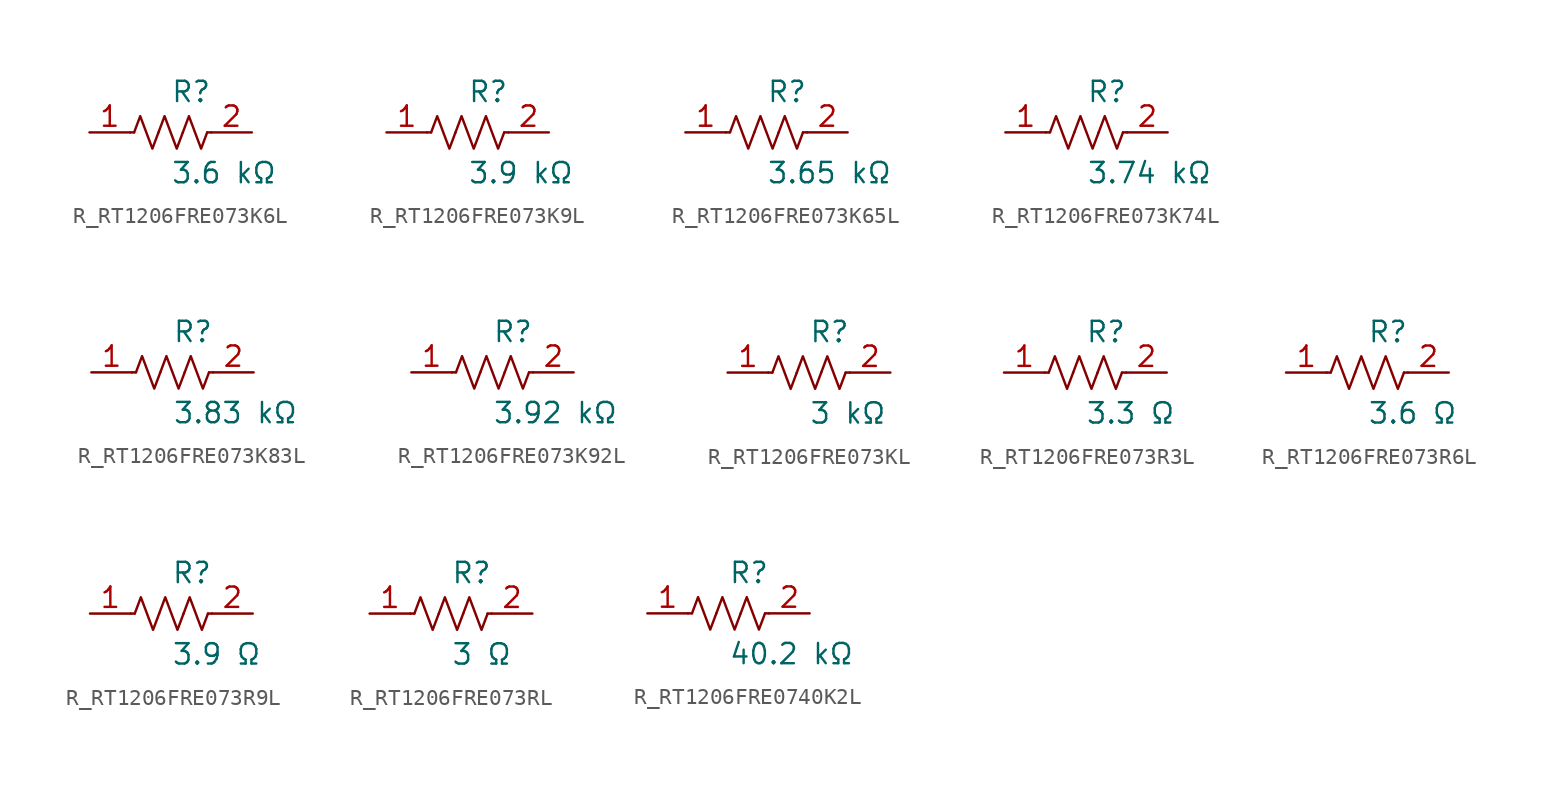
<source format=kicad_sym>
(kicad_symbol_lib
  (version 20231120)
  (generator kicad_symbol_editor)
  (generator_version 8.0)
  (symbol "R_RT1206FRE073K6L"
    (pin_names
      (offset 0.254))
    (property "Reference" "R"
      (at 0 2.54 0)
      (effects (font (size 1.27 1.27)) (justify left)))
    (property "Value" "3.6 kΩ"
      (at 0 -2.54 0)
      (effects (font (size 1.27 1.27)) (justify left)))
    (symbol "R_RT1206FRE073K6L_0_1"
      (polyline (pts (xy 2.286 0) (xy 2.54 0)) (stroke (width 0) (type default)) (fill (type none)))
      (polyline (pts (xy -2.286 0) (xy -2.54 0)) (stroke (width 0) (type default)) (fill (type none)))
      (polyline (pts (xy 0.762 0) (xy 1.143 1.016) (xy 1.524 0) (xy 1.905 -1.016) (xy 2.286 0)) (stroke (width 0) (type default)) (fill (type none)))
      (polyline (pts (xy -0.762 0) (xy -0.381 1.016) (xy 0 0) (xy 0.381 -1.016) (xy 0.762 0)) (stroke (width 0) (type default)) (fill (type none)))
      (polyline (pts (xy -2.286 0) (xy -1.905 1.016) (xy -1.524 0) (xy -1.143 -1.016) (xy -0.762 0)) (stroke (width 0) (type default)) (fill (type none))))
    (pin unspecified line
      (at -5.08 0 0)
      (length 2.54)
      (name "" (effects (font (size 1.27 1.27))))
      (number "1" (effects (font (size 1.27 1.27)))))
    (pin unspecified line
      (at 5.08 0 180)
      (length 2.54)
      (name "" (effects (font (size 1.27 1.27))))
      (number "2" (effects (font (size 1.27 1.27))))))
  (symbol "R_RT1206FRE073K9L"
    (pin_names
      (offset 0.254))
    (property "Reference" "R"
      (at 0 2.54 0)
      (effects (font (size 1.27 1.27)) (justify left)))
    (property "Value" "3.9 kΩ"
      (at 0 -2.54 0)
      (effects (font (size 1.27 1.27)) (justify left)))
    (symbol "R_RT1206FRE073K9L_0_1"
      (polyline (pts (xy 2.286 0) (xy 2.54 0)) (stroke (width 0) (type default)) (fill (type none)))
      (polyline (pts (xy -2.286 0) (xy -2.54 0)) (stroke (width 0) (type default)) (fill (type none)))
      (polyline (pts (xy 0.762 0) (xy 1.143 1.016) (xy 1.524 0) (xy 1.905 -1.016) (xy 2.286 0)) (stroke (width 0) (type default)) (fill (type none)))
      (polyline (pts (xy -0.762 0) (xy -0.381 1.016) (xy 0 0) (xy 0.381 -1.016) (xy 0.762 0)) (stroke (width 0) (type default)) (fill (type none)))
      (polyline (pts (xy -2.286 0) (xy -1.905 1.016) (xy -1.524 0) (xy -1.143 -1.016) (xy -0.762 0)) (stroke (width 0) (type default)) (fill (type none))))
    (pin unspecified line
      (at -5.08 0 0)
      (length 2.54)
      (name "" (effects (font (size 1.27 1.27))))
      (number "1" (effects (font (size 1.27 1.27)))))
    (pin unspecified line
      (at 5.08 0 180)
      (length 2.54)
      (name "" (effects (font (size 1.27 1.27))))
      (number "2" (effects (font (size 1.27 1.27))))))
  (symbol "R_RT1206FRE073K65L"
    (pin_names
      (offset 0.254))
    (property "Reference" "R"
      (at 0 2.54 0)
      (effects (font (size 1.27 1.27)) (justify left)))
    (property "Value" "3.65 kΩ"
      (at 0 -2.54 0)
      (effects (font (size 1.27 1.27)) (justify left)))
    (symbol "R_RT1206FRE073K65L_0_1"
      (polyline (pts (xy 2.286 0) (xy 2.54 0)) (stroke (width 0) (type default)) (fill (type none)))
      (polyline (pts (xy -2.286 0) (xy -2.54 0)) (stroke (width 0) (type default)) (fill (type none)))
      (polyline (pts (xy 0.762 0) (xy 1.143 1.016) (xy 1.524 0) (xy 1.905 -1.016) (xy 2.286 0)) (stroke (width 0) (type default)) (fill (type none)))
      (polyline (pts (xy -0.762 0) (xy -0.381 1.016) (xy 0 0) (xy 0.381 -1.016) (xy 0.762 0)) (stroke (width 0) (type default)) (fill (type none)))
      (polyline (pts (xy -2.286 0) (xy -1.905 1.016) (xy -1.524 0) (xy -1.143 -1.016) (xy -0.762 0)) (stroke (width 0) (type default)) (fill (type none))))
    (pin unspecified line
      (at -5.08 0 0)
      (length 2.54)
      (name "" (effects (font (size 1.27 1.27))))
      (number "1" (effects (font (size 1.27 1.27)))))
    (pin unspecified line
      (at 5.08 0 180)
      (length 2.54)
      (name "" (effects (font (size 1.27 1.27))))
      (number "2" (effects (font (size 1.27 1.27))))))
  (symbol "R_RT1206FRE073K74L"
    (pin_names
      (offset 0.254))
    (property "Reference" "R"
      (at 0 2.54 0)
      (effects (font (size 1.27 1.27)) (justify left)))
    (property "Value" "3.74 kΩ"
      (at 0 -2.54 0)
      (effects (font (size 1.27 1.27)) (justify left)))
    (symbol "R_RT1206FRE073K74L_0_1"
      (polyline (pts (xy 2.286 0) (xy 2.54 0)) (stroke (width 0) (type default)) (fill (type none)))
      (polyline (pts (xy -2.286 0) (xy -2.54 0)) (stroke (width 0) (type default)) (fill (type none)))
      (polyline (pts (xy 0.762 0) (xy 1.143 1.016) (xy 1.524 0) (xy 1.905 -1.016) (xy 2.286 0)) (stroke (width 0) (type default)) (fill (type none)))
      (polyline (pts (xy -0.762 0) (xy -0.381 1.016) (xy 0 0) (xy 0.381 -1.016) (xy 0.762 0)) (stroke (width 0) (type default)) (fill (type none)))
      (polyline (pts (xy -2.286 0) (xy -1.905 1.016) (xy -1.524 0) (xy -1.143 -1.016) (xy -0.762 0)) (stroke (width 0) (type default)) (fill (type none))))
    (pin unspecified line
      (at -5.08 0 0)
      (length 2.54)
      (name "" (effects (font (size 1.27 1.27))))
      (number "1" (effects (font (size 1.27 1.27)))))
    (pin unspecified line
      (at 5.08 0 180)
      (length 2.54)
      (name "" (effects (font (size 1.27 1.27))))
      (number "2" (effects (font (size 1.27 1.27))))))
  (symbol "R_RT1206FRE073K83L"
    (pin_names
      (offset 0.254))
    (property "Reference" "R"
      (at 0 2.54 0)
      (effects (font (size 1.27 1.27)) (justify left)))
    (property "Value" "3.83 kΩ"
      (at 0 -2.54 0)
      (effects (font (size 1.27 1.27)) (justify left)))
    (symbol "R_RT1206FRE073K83L_0_1"
      (polyline (pts (xy 2.286 0) (xy 2.54 0)) (stroke (width 0) (type default)) (fill (type none)))
      (polyline (pts (xy -2.286 0) (xy -2.54 0)) (stroke (width 0) (type default)) (fill (type none)))
      (polyline (pts (xy 0.762 0) (xy 1.143 1.016) (xy 1.524 0) (xy 1.905 -1.016) (xy 2.286 0)) (stroke (width 0) (type default)) (fill (type none)))
      (polyline (pts (xy -0.762 0) (xy -0.381 1.016) (xy 0 0) (xy 0.381 -1.016) (xy 0.762 0)) (stroke (width 0) (type default)) (fill (type none)))
      (polyline (pts (xy -2.286 0) (xy -1.905 1.016) (xy -1.524 0) (xy -1.143 -1.016) (xy -0.762 0)) (stroke (width 0) (type default)) (fill (type none))))
    (pin unspecified line
      (at -5.08 0 0)
      (length 2.54)
      (name "" (effects (font (size 1.27 1.27))))
      (number "1" (effects (font (size 1.27 1.27)))))
    (pin unspecified line
      (at 5.08 0 180)
      (length 2.54)
      (name "" (effects (font (size 1.27 1.27))))
      (number "2" (effects (font (size 1.27 1.27))))))
  (symbol "R_RT1206FRE073K92L"
    (pin_names
      (offset 0.254))
    (property "Reference" "R"
      (at 0 2.54 0)
      (effects (font (size 1.27 1.27)) (justify left)))
    (property "Value" "3.92 kΩ"
      (at 0 -2.54 0)
      (effects (font (size 1.27 1.27)) (justify left)))
    (symbol "R_RT1206FRE073K92L_0_1"
      (polyline (pts (xy 2.286 0) (xy 2.54 0)) (stroke (width 0) (type default)) (fill (type none)))
      (polyline (pts (xy -2.286 0) (xy -2.54 0)) (stroke (width 0) (type default)) (fill (type none)))
      (polyline (pts (xy 0.762 0) (xy 1.143 1.016) (xy 1.524 0) (xy 1.905 -1.016) (xy 2.286 0)) (stroke (width 0) (type default)) (fill (type none)))
      (polyline (pts (xy -0.762 0) (xy -0.381 1.016) (xy 0 0) (xy 0.381 -1.016) (xy 0.762 0)) (stroke (width 0) (type default)) (fill (type none)))
      (polyline (pts (xy -2.286 0) (xy -1.905 1.016) (xy -1.524 0) (xy -1.143 -1.016) (xy -0.762 0)) (stroke (width 0) (type default)) (fill (type none))))
    (pin unspecified line
      (at -5.08 0 0)
      (length 2.54)
      (name "" (effects (font (size 1.27 1.27))))
      (number "1" (effects (font (size 1.27 1.27)))))
    (pin unspecified line
      (at 5.08 0 180)
      (length 2.54)
      (name "" (effects (font (size 1.27 1.27))))
      (number "2" (effects (font (size 1.27 1.27))))))
  (symbol "R_RT1206FRE073KL"
    (pin_names
      (offset 0.254))
    (property "Reference" "R"
      (at 0 2.54 0)
      (effects (font (size 1.27 1.27)) (justify left)))
    (property "Value" "3 kΩ"
      (at 0 -2.54 0)
      (effects (font (size 1.27 1.27)) (justify left)))
    (symbol "R_RT1206FRE073KL_0_1"
      (polyline (pts (xy 2.286 0) (xy 2.54 0)) (stroke (width 0) (type default)) (fill (type none)))
      (polyline (pts (xy -2.286 0) (xy -2.54 0)) (stroke (width 0) (type default)) (fill (type none)))
      (polyline (pts (xy 0.762 0) (xy 1.143 1.016) (xy 1.524 0) (xy 1.905 -1.016) (xy 2.286 0)) (stroke (width 0) (type default)) (fill (type none)))
      (polyline (pts (xy -0.762 0) (xy -0.381 1.016) (xy 0 0) (xy 0.381 -1.016) (xy 0.762 0)) (stroke (width 0) (type default)) (fill (type none)))
      (polyline (pts (xy -2.286 0) (xy -1.905 1.016) (xy -1.524 0) (xy -1.143 -1.016) (xy -0.762 0)) (stroke (width 0) (type default)) (fill (type none))))
    (pin unspecified line
      (at -5.08 0 0)
      (length 2.54)
      (name "" (effects (font (size 1.27 1.27))))
      (number "1" (effects (font (size 1.27 1.27)))))
    (pin unspecified line
      (at 5.08 0 180)
      (length 2.54)
      (name "" (effects (font (size 1.27 1.27))))
      (number "2" (effects (font (size 1.27 1.27))))))
  (symbol "R_RT1206FRE073R3L"
    (pin_names
      (offset 0.254))
    (property "Reference" "R"
      (at 0 2.54 0)
      (effects (font (size 1.27 1.27)) (justify left)))
    (property "Value" "3.3 Ω"
      (at 0 -2.54 0)
      (effects (font (size 1.27 1.27)) (justify left)))
    (symbol "R_RT1206FRE073R3L_0_1"
      (polyline (pts (xy 2.286 0) (xy 2.54 0)) (stroke (width 0) (type default)) (fill (type none)))
      (polyline (pts (xy -2.286 0) (xy -2.54 0)) (stroke (width 0) (type default)) (fill (type none)))
      (polyline (pts (xy 0.762 0) (xy 1.143 1.016) (xy 1.524 0) (xy 1.905 -1.016) (xy 2.286 0)) (stroke (width 0) (type default)) (fill (type none)))
      (polyline (pts (xy -0.762 0) (xy -0.381 1.016) (xy 0 0) (xy 0.381 -1.016) (xy 0.762 0)) (stroke (width 0) (type default)) (fill (type none)))
      (polyline (pts (xy -2.286 0) (xy -1.905 1.016) (xy -1.524 0) (xy -1.143 -1.016) (xy -0.762 0)) (stroke (width 0) (type default)) (fill (type none))))
    (pin unspecified line
      (at -5.08 0 0)
      (length 2.54)
      (name "" (effects (font (size 1.27 1.27))))
      (number "1" (effects (font (size 1.27 1.27)))))
    (pin unspecified line
      (at 5.08 0 180)
      (length 2.54)
      (name "" (effects (font (size 1.27 1.27))))
      (number "2" (effects (font (size 1.27 1.27))))))
  (symbol "R_RT1206FRE073R6L"
    (pin_names
      (offset 0.254))
    (property "Reference" "R"
      (at 0 2.54 0)
      (effects (font (size 1.27 1.27)) (justify left)))
    (property "Value" "3.6 Ω"
      (at 0 -2.54 0)
      (effects (font (size 1.27 1.27)) (justify left)))
    (symbol "R_RT1206FRE073R6L_0_1"
      (polyline (pts (xy 2.286 0) (xy 2.54 0)) (stroke (width 0) (type default)) (fill (type none)))
      (polyline (pts (xy -2.286 0) (xy -2.54 0)) (stroke (width 0) (type default)) (fill (type none)))
      (polyline (pts (xy 0.762 0) (xy 1.143 1.016) (xy 1.524 0) (xy 1.905 -1.016) (xy 2.286 0)) (stroke (width 0) (type default)) (fill (type none)))
      (polyline (pts (xy -0.762 0) (xy -0.381 1.016) (xy 0 0) (xy 0.381 -1.016) (xy 0.762 0)) (stroke (width 0) (type default)) (fill (type none)))
      (polyline (pts (xy -2.286 0) (xy -1.905 1.016) (xy -1.524 0) (xy -1.143 -1.016) (xy -0.762 0)) (stroke (width 0) (type default)) (fill (type none))))
    (pin unspecified line
      (at -5.08 0 0)
      (length 2.54)
      (name "" (effects (font (size 1.27 1.27))))
      (number "1" (effects (font (size 1.27 1.27)))))
    (pin unspecified line
      (at 5.08 0 180)
      (length 2.54)
      (name "" (effects (font (size 1.27 1.27))))
      (number "2" (effects (font (size 1.27 1.27))))))
  (symbol "R_RT1206FRE073R9L"
    (pin_names
      (offset 0.254))
    (property "Reference" "R"
      (at 0 2.54 0)
      (effects (font (size 1.27 1.27)) (justify left)))
    (property "Value" "3.9 Ω"
      (at 0 -2.54 0)
      (effects (font (size 1.27 1.27)) (justify left)))
    (symbol "R_RT1206FRE073R9L_0_1"
      (polyline (pts (xy 2.286 0) (xy 2.54 0)) (stroke (width 0) (type default)) (fill (type none)))
      (polyline (pts (xy -2.286 0) (xy -2.54 0)) (stroke (width 0) (type default)) (fill (type none)))
      (polyline (pts (xy 0.762 0) (xy 1.143 1.016) (xy 1.524 0) (xy 1.905 -1.016) (xy 2.286 0)) (stroke (width 0) (type default)) (fill (type none)))
      (polyline (pts (xy -0.762 0) (xy -0.381 1.016) (xy 0 0) (xy 0.381 -1.016) (xy 0.762 0)) (stroke (width 0) (type default)) (fill (type none)))
      (polyline (pts (xy -2.286 0) (xy -1.905 1.016) (xy -1.524 0) (xy -1.143 -1.016) (xy -0.762 0)) (stroke (width 0) (type default)) (fill (type none))))
    (pin unspecified line
      (at -5.08 0 0)
      (length 2.54)
      (name "" (effects (font (size 1.27 1.27))))
      (number "1" (effects (font (size 1.27 1.27)))))
    (pin unspecified line
      (at 5.08 0 180)
      (length 2.54)
      (name "" (effects (font (size 1.27 1.27))))
      (number "2" (effects (font (size 1.27 1.27))))))
  (symbol "R_RT1206FRE073RL"
    (pin_names
      (offset 0.254))
    (property "Reference" "R"
      (at 0 2.54 0)
      (effects (font (size 1.27 1.27)) (justify left)))
    (property "Value" "3 Ω"
      (at 0 -2.54 0)
      (effects (font (size 1.27 1.27)) (justify left)))
    (symbol "R_RT1206FRE073RL_0_1"
      (polyline (pts (xy 2.286 0) (xy 2.54 0)) (stroke (width 0) (type default)) (fill (type none)))
      (polyline (pts (xy -2.286 0) (xy -2.54 0)) (stroke (width 0) (type default)) (fill (type none)))
      (polyline (pts (xy 0.762 0) (xy 1.143 1.016) (xy 1.524 0) (xy 1.905 -1.016) (xy 2.286 0)) (stroke (width 0) (type default)) (fill (type none)))
      (polyline (pts (xy -0.762 0) (xy -0.381 1.016) (xy 0 0) (xy 0.381 -1.016) (xy 0.762 0)) (stroke (width 0) (type default)) (fill (type none)))
      (polyline (pts (xy -2.286 0) (xy -1.905 1.016) (xy -1.524 0) (xy -1.143 -1.016) (xy -0.762 0)) (stroke (width 0) (type default)) (fill (type none))))
    (pin unspecified line
      (at -5.08 0 0)
      (length 2.54)
      (name "" (effects (font (size 1.27 1.27))))
      (number "1" (effects (font (size 1.27 1.27)))))
    (pin unspecified line
      (at 5.08 0 180)
      (length 2.54)
      (name "" (effects (font (size 1.27 1.27))))
      (number "2" (effects (font (size 1.27 1.27))))))
  (symbol "R_RT1206FRE0740K2L"
    (pin_names
      (offset 0.254))
    (property "Reference" "R"
      (at 0 2.54 0)
      (effects (font (size 1.27 1.27)) (justify left)))
    (property "Value" "40.2 kΩ"
      (at 0 -2.54 0)
      (effects (font (size 1.27 1.27)) (justify left)))
    (symbol "R_RT1206FRE0740K2L_0_1"
      (polyline (pts (xy 2.286 0) (xy 2.54 0)) (stroke (width 0) (type default)) (fill (type none)))
      (polyline (pts (xy -2.286 0) (xy -2.54 0)) (stroke (width 0) (type default)) (fill (type none)))
      (polyline (pts (xy 0.762 0) (xy 1.143 1.016) (xy 1.524 0) (xy 1.905 -1.016) (xy 2.286 0)) (stroke (width 0) (type default)) (fill (type none)))
      (polyline (pts (xy -0.762 0) (xy -0.381 1.016) (xy 0 0) (xy 0.381 -1.016) (xy 0.762 0)) (stroke (width 0) (type default)) (fill (type none)))
      (polyline (pts (xy -2.286 0) (xy -1.905 1.016) (xy -1.524 0) (xy -1.143 -1.016) (xy -0.762 0)) (stroke (width 0) (type default)) (fill (type none))))
    (pin unspecified line
      (at -5.08 0 0)
      (length 2.54)
      (name "" (effects (font (size 1.27 1.27))))
      (number "1" (effects (font (size 1.27 1.27)))))
    (pin unspecified line
      (at 5.08 0 180)
      (length 2.54)
      (name "" (effects (font (size 1.27 1.27))))
      (number "2" (effects (font (size 1.27 1.27)))))))
</source>
